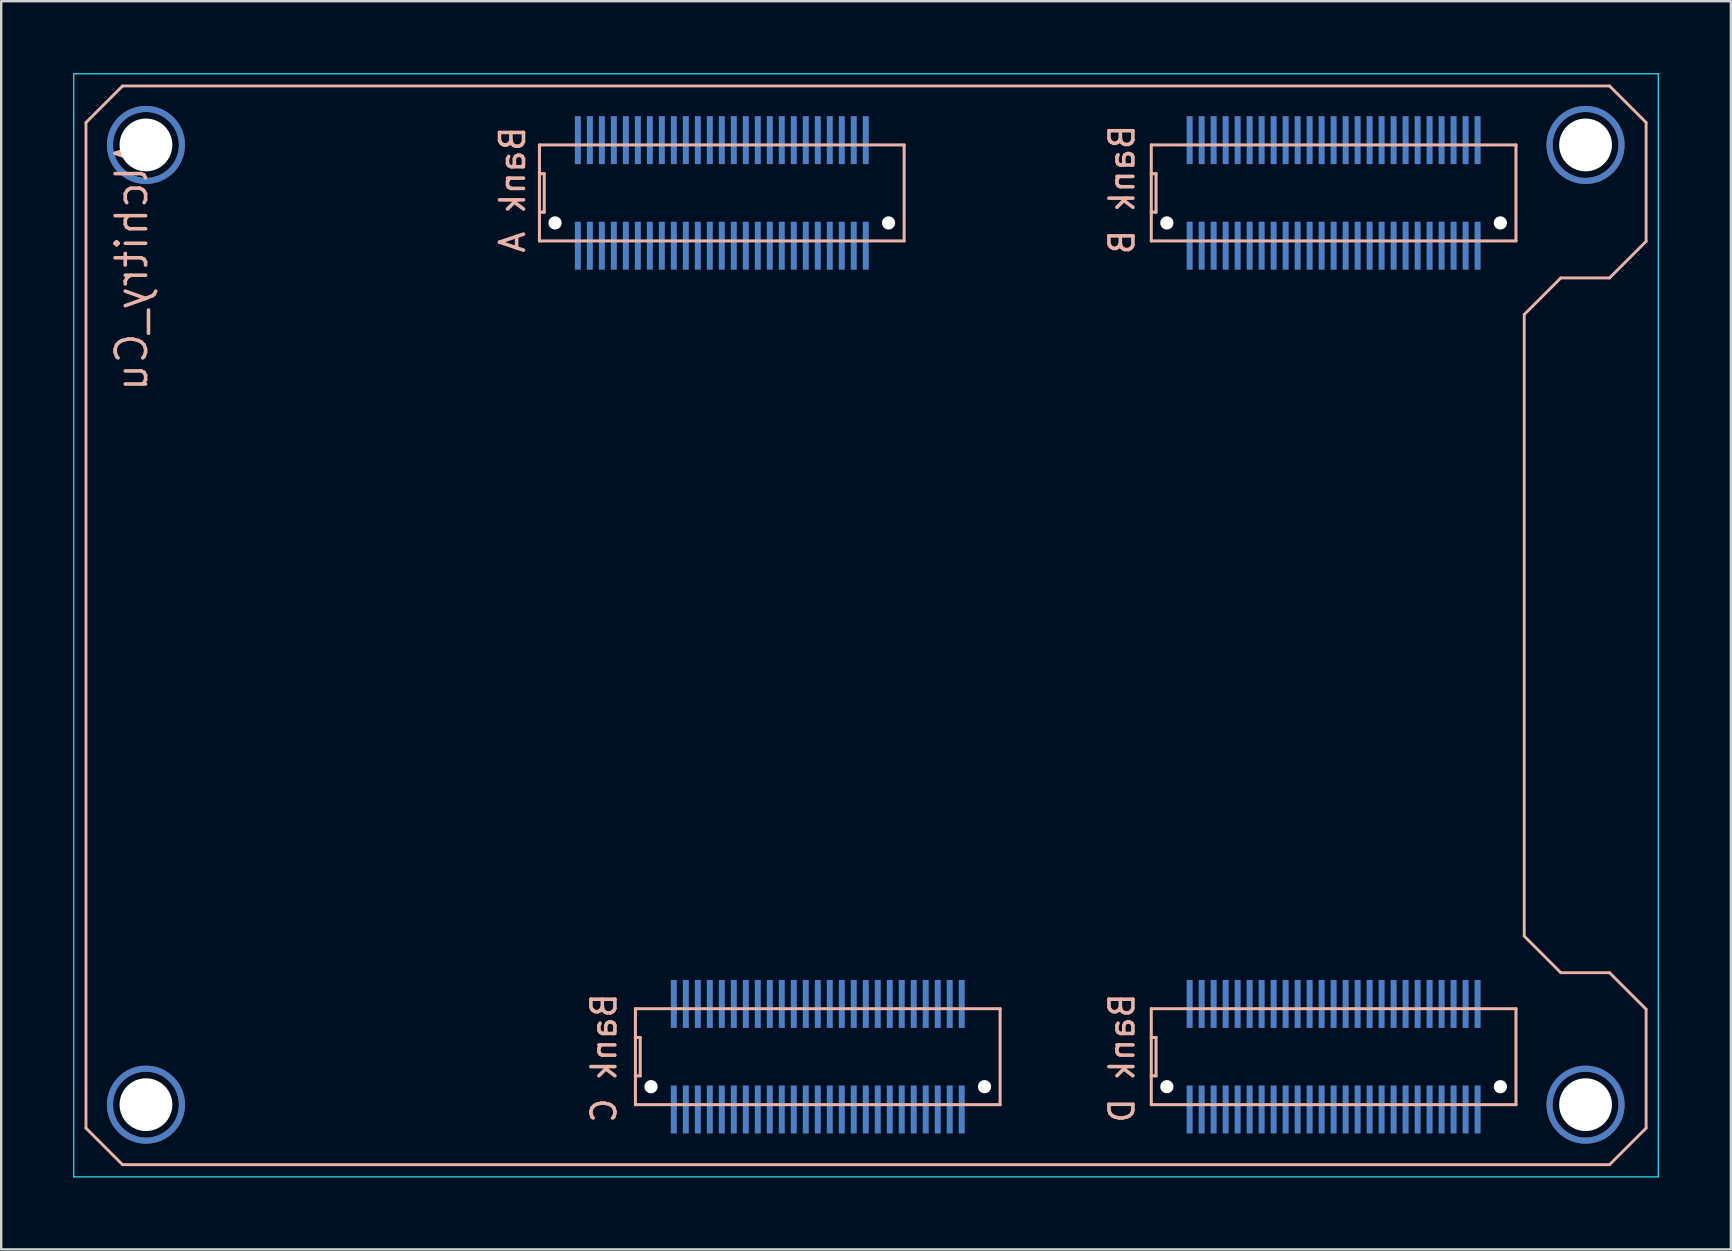
<source format=kicad_pcb>
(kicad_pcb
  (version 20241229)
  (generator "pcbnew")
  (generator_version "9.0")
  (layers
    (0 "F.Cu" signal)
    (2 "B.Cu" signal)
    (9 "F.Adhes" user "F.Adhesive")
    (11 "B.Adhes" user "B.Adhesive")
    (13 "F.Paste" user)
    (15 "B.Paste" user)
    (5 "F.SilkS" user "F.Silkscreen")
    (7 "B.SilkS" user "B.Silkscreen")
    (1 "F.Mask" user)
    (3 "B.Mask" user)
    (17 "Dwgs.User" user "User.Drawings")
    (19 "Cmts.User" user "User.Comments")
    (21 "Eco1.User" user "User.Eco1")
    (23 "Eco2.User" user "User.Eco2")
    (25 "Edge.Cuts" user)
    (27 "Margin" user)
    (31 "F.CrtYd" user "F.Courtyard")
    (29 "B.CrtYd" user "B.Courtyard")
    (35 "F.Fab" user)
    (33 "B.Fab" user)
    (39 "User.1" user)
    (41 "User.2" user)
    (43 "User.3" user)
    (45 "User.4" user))
  (footprint "Alchitry_Cu"
    (layer "F.Cu")
    (at 0.533 45.491)
    (property "Reference" "Alchitry_Cu" (at 1.905 -37.465 270) (layer "B.SilkS") (effects (font (size 1.27 1.27) (thickness 0.15)) (justify mirror)))
    (attr through_hole)
    (fp_circle (center 2.5 -42.5) (end 4 -42.5) (stroke (width 0.254) (type solid)) (fill no) (layer "F.Cu"))
    (fp_circle (center 2.5 -2.5) (end 4 -2.5) (stroke (width 0.254) (type solid)) (fill no) (layer "F.Cu"))
    (fp_circle (center 62.5 -42.5) (end 64 -42.5) (stroke (width 0.254) (type solid)) (fill no) (layer "F.Cu"))
    (fp_circle (center 62.5 -2.5) (end 64 -2.5) (stroke (width 0.254) (type solid)) (fill no) (layer "F.Cu"))
    (fp_circle (center 2.5 -42.5) (end 4 -42.5) (stroke (width 0.254) (type solid)) (fill no) (layer "F.Mask"))
    (fp_circle (center 2.5 -2.5) (end 4 -2.5) (stroke (width 0.254) (type solid)) (fill no) (layer "F.Mask"))
    (fp_circle (center 62.5 -42.5) (end 64 -42.5) (stroke (width 0.254) (type solid)) (fill no) (layer "F.Mask"))
    (fp_circle (center 62.5 -2.5) (end 64 -2.5) (stroke (width 0.254) (type solid)) (fill no) (layer "F.Mask"))
    (fp_circle (center 2.5 -42.5) (end 4 -42.5) (stroke (width 0.254) (type solid)) (fill no) (layer "B.Cu"))
    (fp_circle (center 2.5 -2.5) (end 4 -2.5) (stroke (width 0.254) (type solid)) (fill no) (layer "B.Cu"))
    (fp_circle (center 62.5 -42.5) (end 64 -42.5) (stroke (width 0.254) (type solid)) (fill no) (layer "B.Cu"))
    (fp_circle (center 62.5 -2.5) (end 64 -2.5) (stroke (width 0.254) (type solid)) (fill no) (layer "B.Cu"))
    (fp_circle (center 2.5 -42.5) (end 4 -42.5) (stroke (width 0.254) (type solid)) (fill no) (layer "B.Mask"))
    (fp_circle (center 2.5 -2.5) (end 4 -2.5) (stroke (width 0.254) (type solid)) (fill no) (layer "B.Mask"))
    (fp_circle (center 62.5 -42.5) (end 64 -42.5) (stroke (width 0.254) (type solid)) (fill no) (layer "B.Mask"))
    (fp_circle (center 62.5 -2.5) (end 64 -2.5) (stroke (width 0.254) (type solid)) (fill no) (layer "B.Mask"))
    (fp_line (start 0 -43.434) (end 1.524 -44.958) (stroke (width 0.12) (type solid)) (layer "B.SilkS"))
    (fp_line (start 0 -1.524) (end 0 -43.434) (stroke (width 0.12) (type solid)) (layer "B.SilkS"))
    (fp_line (start 1.524 -44.958) (end 63.5 -44.958) (stroke (width 0.12) (type solid)) (layer "B.SilkS"))
    (fp_line (start 1.524 0) (end 0 -1.524) (stroke (width 0.12) (type solid)) (layer "B.SilkS"))
    (fp_line (start 18.9 -42.5) (end 18.9 -41.3) (stroke (width 0.127) (type solid)) (layer "B.SilkS"))
    (fp_line (start 18.9 -41.3) (end 18.9 -39.7) (stroke (width 0.127) (type solid)) (layer "B.SilkS"))
    (fp_line (start 18.9 -41.3) (end 19.1 -41.3) (stroke (width 0.127) (type solid)) (layer "B.SilkS"))
    (fp_line (start 18.9 -39.7) (end 18.9 -38.5) (stroke (width 0.127) (type solid)) (layer "B.SilkS"))
    (fp_line (start 18.9 -38.5) (end 34.1 -38.5) (stroke (width 0.127) (type solid)) (layer "B.SilkS"))
    (fp_line (start 19.1 -41.3) (end 19.1 -39.7) (stroke (width 0.127) (type solid)) (layer "B.SilkS"))
    (fp_line (start 19.1 -39.7) (end 18.9 -39.7) (stroke (width 0.127) (type solid)) (layer "B.SilkS"))
    (fp_line (start 22.9 -6.5) (end 22.9 -5.3) (stroke (width 0.127) (type solid)) (layer "B.SilkS"))
    (fp_line (start 22.9 -5.3) (end 22.9 -3.7) (stroke (width 0.127) (type solid)) (layer "B.SilkS"))
    (fp_line (start 22.9 -5.3) (end 23.1 -5.3) (stroke (width 0.127) (type solid)) (layer "B.SilkS"))
    (fp_line (start 22.9 -3.7) (end 22.9 -2.5) (stroke (width 0.127) (type solid)) (layer "B.SilkS"))
    (fp_line (start 22.9 -2.5) (end 38.1 -2.5) (stroke (width 0.127) (type solid)) (layer "B.SilkS"))
    (fp_line (start 23.1 -5.3) (end 23.1 -3.7) (stroke (width 0.127) (type solid)) (layer "B.SilkS"))
    (fp_line (start 23.1 -3.7) (end 22.9 -3.7) (stroke (width 0.127) (type solid)) (layer "B.SilkS"))
    (fp_line (start 34.1 -42.5) (end 18.9 -42.5) (stroke (width 0.127) (type solid)) (layer "B.SilkS"))
    (fp_line (start 34.1 -38.5) (end 34.1 -42.5) (stroke (width 0.127) (type solid)) (layer "B.SilkS"))
    (fp_line (start 38.1 -6.5) (end 22.9 -6.5) (stroke (width 0.127) (type solid)) (layer "B.SilkS"))
    (fp_line (start 38.1 -2.5) (end 38.1 -6.5) (stroke (width 0.127) (type solid)) (layer "B.SilkS"))
    (fp_line (start 44.4 -42.5) (end 44.4 -41.3) (stroke (width 0.127) (type solid)) (layer "B.SilkS"))
    (fp_line (start 44.4 -41.3) (end 44.4 -39.7) (stroke (width 0.127) (type solid)) (layer "B.SilkS"))
    (fp_line (start 44.4 -41.3) (end 44.6 -41.3) (stroke (width 0.127) (type solid)) (layer "B.SilkS"))
    (fp_line (start 44.4 -39.7) (end 44.4 -38.5) (stroke (width 0.127) (type solid)) (layer "B.SilkS"))
    (fp_line (start 44.4 -38.5) (end 59.6 -38.5) (stroke (width 0.127) (type solid)) (layer "B.SilkS"))
    (fp_line (start 44.4 -6.5) (end 44.4 -5.3) (stroke (width 0.127) (type solid)) (layer "B.SilkS"))
    (fp_line (start 44.4 -5.3) (end 44.4 -3.7) (stroke (width 0.127) (type solid)) (layer "B.SilkS"))
    (fp_line (start 44.4 -5.3) (end 44.6 -5.3) (stroke (width 0.127) (type solid)) (layer "B.SilkS"))
    (fp_line (start 44.4 -3.7) (end 44.4 -2.5) (stroke (width 0.127) (type solid)) (layer "B.SilkS"))
    (fp_line (start 44.4 -2.5) (end 59.6 -2.5) (stroke (width 0.127) (type solid)) (layer "B.SilkS"))
    (fp_line (start 44.6 -41.3) (end 44.6 -39.7) (stroke (width 0.127) (type solid)) (layer "B.SilkS"))
    (fp_line (start 44.6 -39.7) (end 44.4 -39.7) (stroke (width 0.127) (type solid)) (layer "B.SilkS"))
    (fp_line (start 44.6 -5.3) (end 44.6 -3.7) (stroke (width 0.127) (type solid)) (layer "B.SilkS"))
    (fp_line (start 44.6 -3.7) (end 44.4 -3.7) (stroke (width 0.127) (type solid)) (layer "B.SilkS"))
    (fp_line (start 59.6 -42.5) (end 44.4 -42.5) (stroke (width 0.127) (type solid)) (layer "B.SilkS"))
    (fp_line (start 59.6 -38.5) (end 59.6 -42.5) (stroke (width 0.127) (type solid)) (layer "B.SilkS"))
    (fp_line (start 59.6 -6.5) (end 44.4 -6.5) (stroke (width 0.127) (type solid)) (layer "B.SilkS"))
    (fp_line (start 59.6 -2.5) (end 59.6 -6.5) (stroke (width 0.127) (type solid)) (layer "B.SilkS"))
    (fp_line (start 59.944 -35.433) (end 59.944 -9.525) (stroke (width 0.12) (type solid)) (layer "B.SilkS"))
    (fp_line (start 59.944 -9.525) (end 61.468 -8.001) (stroke (width 0.12) (type solid)) (layer "B.SilkS"))
    (fp_line (start 61.468 -36.957) (end 59.944 -35.433) (stroke (width 0.12) (type solid)) (layer "B.SilkS"))
    (fp_line (start 61.468 -8.001) (end 63.5 -8.001) (stroke (width 0.12) (type solid)) (layer "B.SilkS"))
    (fp_line (start 63.5 -44.958) (end 65.024 -43.434) (stroke (width 0.12) (type solid)) (layer "B.SilkS"))
    (fp_line (start 63.5 -36.957) (end 61.468 -36.957) (stroke (width 0.12) (type solid)) (layer "B.SilkS"))
    (fp_line (start 63.5 -8.001) (end 65.024 -6.477) (stroke (width 0.12) (type solid)) (layer "B.SilkS"))
    (fp_line (start 63.5 0) (end 1.524 0) (stroke (width 0.12) (type solid)) (layer "B.SilkS"))
    (fp_line (start 65.024 -43.434) (end 65.024 -38.481) (stroke (width 0.12) (type solid)) (layer "B.SilkS"))
    (fp_line (start 65.024 -38.481) (end 63.5 -36.957) (stroke (width 0.12) (type solid)) (layer "B.SilkS"))
    (fp_line (start 65.024 -6.477) (end 65.024 -1.524) (stroke (width 0.12) (type solid)) (layer "B.SilkS"))
    (fp_line (start 65.024 -1.524) (end 63.5 0) (stroke (width 0.12) (type solid)) (layer "B.SilkS"))
    (fp_line (start -0.508 -45.466) (end -0.508 0.508) (stroke (width 0.05) (type solid)) (layer "B.CrtYd"))
    (fp_line (start -0.508 0.508) (end 65.532 0.508) (stroke (width 0.05) (type solid)) (layer "B.CrtYd"))
    (fp_line (start 65.532 -45.466) (end -0.508 -45.466) (stroke (width 0.05) (type solid)) (layer "B.CrtYd"))
    (fp_line (start 65.532 0.508) (end 65.532 -45.466) (stroke (width 0.05) (type solid)) (layer "B.CrtYd"))
    (fp_text user "Bank D" (at 43.18 -4.445 90) (unlocked yes) (layer "B.SilkS") (effects (font (size 1 1) (thickness 0.15)) (justify mirror)))
    (fp_text user "Bank C" (at 21.59 -4.445 90) (unlocked yes) (layer "B.SilkS") (effects (font (size 1 1) (thickness 0.15)) (justify mirror)))
    (fp_text user "Bank B" (at 43.18 -40.64 90) (unlocked yes) (layer "B.SilkS") (effects (font (size 1 1) (thickness 0.15)) (justify mirror)))
    (fp_text user "Bank A" (at 17.78 -40.64 90) (unlocked yes) (layer "B.SilkS") (effects (font (size 1 1) (thickness 0.15)) (justify mirror)))
    (pad "" np_thru_hole circle (at 2.5 -42.5) (size 2.2 2.2) (drill 2.2) (layers "*.Cu" "*.Mask"))
    (pad "" np_thru_hole circle (at 2.5 -2.5) (size 2.2 2.2) (drill 2.2) (layers "*.Cu" "*.Mask"))
    (pad "" np_thru_hole circle (at 19.55 -39.25) (size 0.55 0.55) (drill 0.55) (layers "*.Cu" "*.Mask"))
    (pad "" np_thru_hole circle (at 23.55 -3.25) (size 0.55 0.55) (drill 0.55) (layers "*.Cu" "*.Mask"))
    (pad "" np_thru_hole circle (at 33.45 -39.25) (size 0.55 0.55) (drill 0.55) (layers "*.Cu" "*.Mask"))
    (pad "" np_thru_hole circle (at 37.45 -3.25) (size 0.55 0.55) (drill 0.55) (layers "*.Cu" "*.Mask"))
    (pad "" np_thru_hole circle (at 45.05 -39.25) (size 0.55 0.55) (drill 0.55) (layers "*.Cu" "*.Mask"))
    (pad "" np_thru_hole circle (at 45.05 -3.25) (size 0.55 0.55) (drill 0.55) (layers "*.Cu" "*.Mask"))
    (pad "" np_thru_hole circle (at 58.95 -39.25) (size 0.55 0.55) (drill 0.55) (layers "*.Cu" "*.Mask"))
    (pad "" np_thru_hole circle (at 58.95 -3.25) (size 0.55 0.55) (drill 0.55) (layers "*.Cu" "*.Mask"))
    (pad "" np_thru_hole circle (at 62.5 -42.5) (size 2.2 2.2) (drill 2.2) (layers "*.Cu" "*.Mask"))
    (pad "" np_thru_hole circle (at 62.5 -2.5) (size 2.2 2.2) (drill 2.2) (layers "*.Cu" "*.Mask"))
    (pad "A1" smd rect (at 20.5 -38.3 90) (size 2 0.25) (layers "B.Cu" "B.Mask" "B.Paste"))
    (pad "A2" smd rect (at 21 -38.3 90) (size 2 0.25) (layers "B.Cu" "B.Mask" "B.Paste"))
    (pad "A3" smd rect (at 21.5 -38.3 90) (size 2 0.25) (layers "B.Cu" "B.Mask" "B.Paste"))
    (pad "A4" smd rect (at 22 -38.3 90) (size 2 0.25) (layers "B.Cu" "B.Mask" "B.Paste"))
    (pad "A5" smd rect (at 22.5 -38.3 90) (size 2 0.25) (layers "B.Cu" "B.Mask" "B.Paste"))
    (pad "A6" smd rect (at 23 -38.3 90) (size 2 0.25) (layers "B.Cu" "B.Mask" "B.Paste"))
    (pad "A7" smd rect (at 23.5 -38.3 90) (size 2 0.25) (layers "B.Cu" "B.Mask" "B.Paste"))
    (pad "A8" smd rect (at 24 -38.3 90) (size 2 0.25) (layers "B.Cu" "B.Mask" "B.Paste"))
    (pad "A9" smd rect (at 24.5 -38.3 90) (size 2 0.25) (layers "B.Cu" "B.Mask" "B.Paste"))
    (pad "A10" smd rect (at 25 -38.3 90) (size 2 0.25) (layers "B.Cu" "B.Mask" "B.Paste"))
    (pad "A11" smd rect (at 25.5 -38.3 90) (size 2 0.25) (layers "B.Cu" "B.Mask" "B.Paste"))
    (pad "A12" smd rect (at 26 -38.3 90) (size 2 0.25) (layers "B.Cu" "B.Mask" "B.Paste"))
    (pad "A13" smd rect (at 26.5 -38.3 90) (size 2 0.25) (layers "B.Cu" "B.Mask" "B.Paste"))
    (pad "A14" smd rect (at 27 -38.3 90) (size 2 0.25) (layers "B.Cu" "B.Mask" "B.Paste"))
    (pad "A15" smd rect (at 27.5 -38.3 90) (size 2 0.25) (layers "B.Cu" "B.Mask" "B.Paste"))
    (pad "A16" smd rect (at 28 -38.3 90) (size 2 0.25) (layers "B.Cu" "B.Mask" "B.Paste"))
    (pad "A17" smd rect (at 28.5 -38.3 90) (size 2 0.25) (layers "B.Cu" "B.Mask" "B.Paste"))
    (pad "A18" smd rect (at 29 -38.3 90) (size 2 0.25) (layers "B.Cu" "B.Mask" "B.Paste"))
    (pad "A19" smd rect (at 29.5 -38.3 90) (size 2 0.25) (layers "B.Cu" "B.Mask" "B.Paste"))
    (pad "A20" smd rect (at 30 -38.3 90) (size 2 0.25) (layers "B.Cu" "B.Mask" "B.Paste"))
    (pad "A21" smd rect (at 30.5 -38.3 90) (size 2 0.25) (layers "B.Cu" "B.Mask" "B.Paste"))
    (pad "A22" smd rect (at 31 -38.3 90) (size 2 0.25) (layers "B.Cu" "B.Mask" "B.Paste"))
    (pad "A23" smd rect (at 31.5 -38.3 90) (size 2 0.25) (layers "B.Cu" "B.Mask" "B.Paste"))
    (pad "A24" smd rect (at 32 -38.3 90) (size 2 0.25) (layers "B.Cu" "B.Mask" "B.Paste"))
    (pad "A25" smd rect (at 32.5 -38.3 90) (size 2 0.25) (layers "B.Cu" "B.Mask" "B.Paste"))
    (pad "A26" smd rect (at 32.5 -42.7 90) (size 2 0.25) (layers "B.Cu" "B.Mask" "B.Paste"))
    (pad "A27" smd rect (at 32 -42.7 90) (size 2 0.25) (layers "B.Cu" "B.Mask" "B.Paste"))
    (pad "A28" smd rect (at 31.5 -42.7 90) (size 2 0.25) (layers "B.Cu" "B.Mask" "B.Paste"))
    (pad "A29" smd rect (at 31 -42.7 90) (size 2 0.25) (layers "B.Cu" "B.Mask" "B.Paste"))
    (pad "A30" smd rect (at 30.5 -42.7 90) (size 2 0.25) (layers "B.Cu" "B.Mask" "B.Paste"))
    (pad "A31" smd rect (at 30 -42.7 90) (size 2 0.25) (layers "B.Cu" "B.Mask" "B.Paste"))
    (pad "A32" smd rect (at 29.5 -42.7 90) (size 2 0.25) (layers "B.Cu" "B.Mask" "B.Paste"))
    (pad "A33" smd rect (at 29 -42.7 90) (size 2 0.25) (layers "B.Cu" "B.Mask" "B.Paste"))
    (pad "A34" smd rect (at 28.5 -42.7 90) (size 2 0.25) (layers "B.Cu" "B.Mask" "B.Paste"))
    (pad "A35" smd rect (at 28 -42.7 90) (size 2 0.25) (layers "B.Cu" "B.Mask" "B.Paste"))
    (pad "A36" smd rect (at 27.5 -42.7 90) (size 2 0.25) (layers "B.Cu" "B.Mask" "B.Paste"))
    (pad "A37" smd rect (at 27 -42.7 90) (size 2 0.25) (layers "B.Cu" "B.Mask" "B.Paste"))
    (pad "A38" smd rect (at 26.5 -42.7 90) (size 2 0.25) (layers "B.Cu" "B.Mask" "B.Paste"))
    (pad "A39" smd rect (at 26 -42.7 90) (size 2 0.25) (layers "B.Cu" "B.Mask" "B.Paste"))
    (pad "A40" smd rect (at 25.5 -42.7 90) (size 2 0.25) (layers "B.Cu" "B.Mask" "B.Paste"))
    (pad "A41" smd rect (at 25 -42.7 90) (size 2 0.25) (layers "B.Cu" "B.Mask" "B.Paste"))
    (pad "A42" smd rect (at 24.5 -42.7 90) (size 2 0.25) (layers "B.Cu" "B.Mask" "B.Paste"))
    (pad "A43" smd rect (at 24 -42.7 90) (size 2 0.25) (layers "B.Cu" "B.Mask" "B.Paste"))
    (pad "A44" smd rect (at 23.5 -42.7 90) (size 2 0.25) (layers "B.Cu" "B.Mask" "B.Paste"))
    (pad "A45" smd rect (at 23 -42.7 90) (size 2 0.25) (layers "B.Cu" "B.Mask" "B.Paste"))
    (pad "A46" smd rect (at 22.5 -42.7 90) (size 2 0.25) (layers "B.Cu" "B.Mask" "B.Paste"))
    (pad "A47" smd rect (at 22 -42.7 90) (size 2 0.25) (layers "B.Cu" "B.Mask" "B.Paste"))
    (pad "A48" smd rect (at 21.5 -42.7 90) (size 2 0.25) (layers "B.Cu" "B.Mask" "B.Paste"))
    (pad "A49" smd rect (at 21 -42.7 90) (size 2 0.25) (layers "B.Cu" "B.Mask" "B.Paste"))
    (pad "A50" smd rect (at 20.5 -42.7 90) (size 2 0.25) (layers "B.Cu" "B.Mask" "B.Paste"))
    (pad "B1" smd rect (at 46 -38.3 90) (size 2 0.25) (layers "B.Cu" "B.Mask" "B.Paste"))
    (pad "B2" smd rect (at 46.5 -38.3 90) (size 2 0.25) (layers "B.Cu" "B.Mask" "B.Paste"))
    (pad "B3" smd rect (at 47 -38.3 90) (size 2 0.25) (layers "B.Cu" "B.Mask" "B.Paste"))
    (pad "B4" smd rect (at 47.5 -38.3 90) (size 2 0.25) (layers "B.Cu" "B.Mask" "B.Paste"))
    (pad "B5" smd rect (at 48 -38.3 90) (size 2 0.25) (layers "B.Cu" "B.Mask" "B.Paste"))
    (pad "B6" smd rect (at 48.5 -38.3 90) (size 2 0.25) (layers "B.Cu" "B.Mask" "B.Paste"))
    (pad "B7" smd rect (at 49 -38.3 90) (size 2 0.25) (layers "B.Cu" "B.Mask" "B.Paste"))
    (pad "B8" smd rect (at 49.5 -38.3 90) (size 2 0.25) (layers "B.Cu" "B.Mask" "B.Paste"))
    (pad "B9" smd rect (at 50 -38.3 90) (size 2 0.25) (layers "B.Cu" "B.Mask" "B.Paste"))
    (pad "B10" smd rect (at 50.5 -38.3 90) (size 2 0.25) (layers "B.Cu" "B.Mask" "B.Paste"))
    (pad "B11" smd rect (at 51 -38.3 90) (size 2 0.25) (layers "B.Cu" "B.Mask" "B.Paste"))
    (pad "B12" smd rect (at 51.5 -38.3 90) (size 2 0.25) (layers "B.Cu" "B.Mask" "B.Paste"))
    (pad "B13" smd rect (at 52 -38.3 90) (size 2 0.25) (layers "B.Cu" "B.Mask" "B.Paste"))
    (pad "B14" smd rect (at 52.5 -38.3 90) (size 2 0.25) (layers "B.Cu" "B.Mask" "B.Paste"))
    (pad "B15" smd rect (at 53 -38.3 90) (size 2 0.25) (layers "B.Cu" "B.Mask" "B.Paste"))
    (pad "B16" smd rect (at 53.5 -38.3 90) (size 2 0.25) (layers "B.Cu" "B.Mask" "B.Paste"))
    (pad "B17" smd rect (at 54 -38.3 90) (size 2 0.25) (layers "B.Cu" "B.Mask" "B.Paste"))
    (pad "B18" smd rect (at 54.5 -38.3 90) (size 2 0.25) (layers "B.Cu" "B.Mask" "B.Paste"))
    (pad "B19" smd rect (at 55 -38.3 90) (size 2 0.25) (layers "B.Cu" "B.Mask" "B.Paste"))
    (pad "B20" smd rect (at 55.5 -38.3 90) (size 2 0.25) (layers "B.Cu" "B.Mask" "B.Paste"))
    (pad "B21" smd rect (at 56 -38.3 90) (size 2 0.25) (layers "B.Cu" "B.Mask" "B.Paste"))
    (pad "B22" smd rect (at 56.5 -38.3 90) (size 2 0.25) (layers "B.Cu" "B.Mask" "B.Paste"))
    (pad "B23" smd rect (at 57 -38.3 90) (size 2 0.25) (layers "B.Cu" "B.Mask" "B.Paste"))
    (pad "B24" smd rect (at 57.5 -38.3 90) (size 2 0.25) (layers "B.Cu" "B.Mask" "B.Paste"))
    (pad "B25" smd rect (at 58 -38.3 90) (size 2 0.25) (layers "B.Cu" "B.Mask" "B.Paste"))
    (pad "B26" smd rect (at 58 -42.7 90) (size 2 0.25) (layers "B.Cu" "B.Mask" "B.Paste"))
    (pad "B27" smd rect (at 57.5 -42.7 90) (size 2 0.25) (layers "B.Cu" "B.Mask" "B.Paste"))
    (pad "B28" smd rect (at 57 -42.7 90) (size 2 0.25) (layers "B.Cu" "B.Mask" "B.Paste"))
    (pad "B29" smd rect (at 56.5 -42.7 90) (size 2 0.25) (layers "B.Cu" "B.Mask" "B.Paste"))
    (pad "B30" smd rect (at 56 -42.7 90) (size 2 0.25) (layers "B.Cu" "B.Mask" "B.Paste"))
    (pad "B31" smd rect (at 55.5 -42.7 90) (size 2 0.25) (layers "B.Cu" "B.Mask" "B.Paste"))
    (pad "B32" smd rect (at 55 -42.7 90) (size 2 0.25) (layers "B.Cu" "B.Mask" "B.Paste"))
    (pad "B33" smd rect (at 54.5 -42.7 90) (size 2 0.25) (layers "B.Cu" "B.Mask" "B.Paste"))
    (pad "B34" smd rect (at 54 -42.7 90) (size 2 0.25) (layers "B.Cu" "B.Mask" "B.Paste"))
    (pad "B35" smd rect (at 53.5 -42.7 90) (size 2 0.25) (layers "B.Cu" "B.Mask" "B.Paste"))
    (pad "B36" smd rect (at 53 -42.7 90) (size 2 0.25) (layers "B.Cu" "B.Mask" "B.Paste"))
    (pad "B37" smd rect (at 52.5 -42.7 90) (size 2 0.25) (layers "B.Cu" "B.Mask" "B.Paste"))
    (pad "B38" smd rect (at 52 -42.7 90) (size 2 0.25) (layers "B.Cu" "B.Mask" "B.Paste"))
    (pad "B39" smd rect (at 51.5 -42.7 90) (size 2 0.25) (layers "B.Cu" "B.Mask" "B.Paste"))
    (pad "B40" smd rect (at 51 -42.7 90) (size 2 0.25) (layers "B.Cu" "B.Mask" "B.Paste"))
    (pad "B41" smd rect (at 50.5 -42.7 90) (size 2 0.25) (layers "B.Cu" "B.Mask" "B.Paste"))
    (pad "B42" smd rect (at 50 -42.7 90) (size 2 0.25) (layers "B.Cu" "B.Mask" "B.Paste"))
    (pad "B43" smd rect (at 49.5 -42.7 90) (size 2 0.25) (layers "B.Cu" "B.Mask" "B.Paste"))
    (pad "B44" smd rect (at 49 -42.7 90) (size 2 0.25) (layers "B.Cu" "B.Mask" "B.Paste"))
    (pad "B45" smd rect (at 48.5 -42.7 90) (size 2 0.25) (layers "B.Cu" "B.Mask" "B.Paste"))
    (pad "B46" smd rect (at 48 -42.7 90) (size 2 0.25) (layers "B.Cu" "B.Mask" "B.Paste"))
    (pad "B47" smd rect (at 47.5 -42.7 90) (size 2 0.25) (layers "B.Cu" "B.Mask" "B.Paste"))
    (pad "B48" smd rect (at 47 -42.7 90) (size 2 0.25) (layers "B.Cu" "B.Mask" "B.Paste"))
    (pad "B49" smd rect (at 46.5 -42.7 90) (size 2 0.25) (layers "B.Cu" "B.Mask" "B.Paste"))
    (pad "B50" smd rect (at 46 -42.7 90) (size 2 0.25) (layers "B.Cu" "B.Mask" "B.Paste"))
    (pad "C1" smd rect (at 24.5 -2.3 90) (size 2 0.25) (layers "B.Cu" "B.Mask" "B.Paste"))
    (pad "C2" smd rect (at 25 -2.3 90) (size 2 0.25) (layers "B.Cu" "B.Mask" "B.Paste"))
    (pad "C3" smd rect (at 25.5 -2.3 90) (size 2 0.25) (layers "B.Cu" "B.Mask" "B.Paste"))
    (pad "C4" smd rect (at 26 -2.3 90) (size 2 0.25) (layers "B.Cu" "B.Mask" "B.Paste"))
    (pad "C5" smd rect (at 26.5 -2.3 90) (size 2 0.25) (layers "B.Cu" "B.Mask" "B.Paste"))
    (pad "C6" smd rect (at 27 -2.3 90) (size 2 0.25) (layers "B.Cu" "B.Mask" "B.Paste"))
    (pad "C7" smd rect (at 27.5 -2.3 90) (size 2 0.25) (layers "B.Cu" "B.Mask" "B.Paste"))
    (pad "C8" smd rect (at 28 -2.3 90) (size 2 0.25) (layers "B.Cu" "B.Mask" "B.Paste"))
    (pad "C9" smd rect (at 28.5 -2.3 90) (size 2 0.25) (layers "B.Cu" "B.Mask" "B.Paste"))
    (pad "C10" smd rect (at 29 -2.3 90) (size 2 0.25) (layers "B.Cu" "B.Mask" "B.Paste"))
    (pad "C11" smd rect (at 29.5 -2.3 90) (size 2 0.25) (layers "B.Cu" "B.Mask" "B.Paste"))
    (pad "C12" smd rect (at 30 -2.3 90) (size 2 0.25) (layers "B.Cu" "B.Mask" "B.Paste"))
    (pad "C13" smd rect (at 30.5 -2.3 90) (size 2 0.25) (layers "B.Cu" "B.Mask" "B.Paste"))
    (pad "C14" smd rect (at 31 -2.3 90) (size 2 0.25) (layers "B.Cu" "B.Mask" "B.Paste"))
    (pad "C15" smd rect (at 31.5 -2.3 90) (size 2 0.25) (layers "B.Cu" "B.Mask" "B.Paste"))
    (pad "C16" smd rect (at 32 -2.3 90) (size 2 0.25) (layers "B.Cu" "B.Mask" "B.Paste"))
    (pad "C17" smd rect (at 32.5 -2.3 90) (size 2 0.25) (layers "B.Cu" "B.Mask" "B.Paste"))
    (pad "C18" smd rect (at 33 -2.3 90) (size 2 0.25) (layers "B.Cu" "B.Mask" "B.Paste"))
    (pad "C19" smd rect (at 33.5 -2.3 90) (size 2 0.25) (layers "B.Cu" "B.Mask" "B.Paste"))
    (pad "C20" smd rect (at 34 -2.3 90) (size 2 0.25) (layers "B.Cu" "B.Mask" "B.Paste"))
    (pad "C21" smd rect (at 34.5 -2.3 90) (size 2 0.25) (layers "B.Cu" "B.Mask" "B.Paste"))
    (pad "C22" smd rect (at 35 -2.3 90) (size 2 0.25) (layers "B.Cu" "B.Mask" "B.Paste"))
    (pad "C23" smd rect (at 35.5 -2.3 90) (size 2 0.25) (layers "B.Cu" "B.Mask" "B.Paste"))
    (pad "C24" smd rect (at 36 -2.3 90) (size 2 0.25) (layers "B.Cu" "B.Mask" "B.Paste"))
    (pad "C25" smd rect (at 36.5 -2.3 90) (size 2 0.25) (layers "B.Cu" "B.Mask" "B.Paste"))
    (pad "C26" smd rect (at 36.5 -6.7 90) (size 2 0.25) (layers "B.Cu" "B.Mask" "B.Paste"))
    (pad "C27" smd rect (at 36 -6.7 90) (size 2 0.25) (layers "B.Cu" "B.Mask" "B.Paste"))
    (pad "C28" smd rect (at 35.5 -6.7 90) (size 2 0.25) (layers "B.Cu" "B.Mask" "B.Paste"))
    (pad "C29" smd rect (at 35 -6.7 90) (size 2 0.25) (layers "B.Cu" "B.Mask" "B.Paste"))
    (pad "C30" smd rect (at 34.5 -6.7 90) (size 2 0.25) (layers "B.Cu" "B.Mask" "B.Paste"))
    (pad "C31" smd rect (at 34 -6.7 90) (size 2 0.25) (layers "B.Cu" "B.Mask" "B.Paste"))
    (pad "C32" smd rect (at 33.5 -6.7 90) (size 2 0.25) (layers "B.Cu" "B.Mask" "B.Paste"))
    (pad "C33" smd rect (at 33 -6.7 90) (size 2 0.25) (layers "B.Cu" "B.Mask" "B.Paste"))
    (pad "C34" smd rect (at 32.5 -6.7 90) (size 2 0.25) (layers "B.Cu" "B.Mask" "B.Paste"))
    (pad "C35" smd rect (at 32 -6.7 90) (size 2 0.25) (layers "B.Cu" "B.Mask" "B.Paste"))
    (pad "C36" smd rect (at 31.5 -6.7 90) (size 2 0.25) (layers "B.Cu" "B.Mask" "B.Paste"))
    (pad "C37" smd rect (at 31 -6.7 90) (size 2 0.25) (layers "B.Cu" "B.Mask" "B.Paste"))
    (pad "C38" smd rect (at 30.5 -6.7 90) (size 2 0.25) (layers "B.Cu" "B.Mask" "B.Paste"))
    (pad "C39" smd rect (at 30 -6.7 90) (size 2 0.25) (layers "B.Cu" "B.Mask" "B.Paste"))
    (pad "C40" smd rect (at 29.5 -6.7 90) (size 2 0.25) (layers "B.Cu" "B.Mask" "B.Paste"))
    (pad "C41" smd rect (at 29 -6.7 90) (size 2 0.25) (layers "B.Cu" "B.Mask" "B.Paste"))
    (pad "C42" smd rect (at 28.5 -6.7 90) (size 2 0.25) (layers "B.Cu" "B.Mask" "B.Paste"))
    (pad "C43" smd rect (at 28 -6.7 90) (size 2 0.25) (layers "B.Cu" "B.Mask" "B.Paste"))
    (pad "C44" smd rect (at 27.5 -6.7 90) (size 2 0.25) (layers "B.Cu" "B.Mask" "B.Paste"))
    (pad "C45" smd rect (at 27 -6.7 90) (size 2 0.25) (layers "B.Cu" "B.Mask" "B.Paste"))
    (pad "C46" smd rect (at 26.5 -6.7 90) (size 2 0.25) (layers "B.Cu" "B.Mask" "B.Paste"))
    (pad "C47" smd rect (at 26 -6.7 90) (size 2 0.25) (layers "B.Cu" "B.Mask" "B.Paste"))
    (pad "C48" smd rect (at 25.5 -6.7 90) (size 2 0.25) (layers "B.Cu" "B.Mask" "B.Paste"))
    (pad "C49" smd rect (at 25 -6.7 90) (size 2 0.25) (layers "B.Cu" "B.Mask" "B.Paste"))
    (pad "C50" smd rect (at 24.5 -6.7 90) (size 2 0.25) (layers "B.Cu" "B.Mask" "B.Paste"))
    (pad "D1" smd rect (at 46 -2.3 90) (size 2 0.25) (layers "B.Cu" "B.Mask" "B.Paste"))
    (pad "D2" smd rect (at 46.5 -2.3 90) (size 2 0.25) (layers "B.Cu" "B.Mask" "B.Paste"))
    (pad "D3" smd rect (at 47 -2.3 90) (size 2 0.25) (layers "B.Cu" "B.Mask" "B.Paste"))
    (pad "D4" smd rect (at 47.5 -2.3 90) (size 2 0.25) (layers "B.Cu" "B.Mask" "B.Paste"))
    (pad "D5" smd rect (at 48 -2.3 90) (size 2 0.25) (layers "B.Cu" "B.Mask" "B.Paste"))
    (pad "D6" smd rect (at 48.5 -2.3 90) (size 2 0.25) (layers "B.Cu" "B.Mask" "B.Paste"))
    (pad "D7" smd rect (at 49 -2.3 90) (size 2 0.25) (layers "B.Cu" "B.Mask" "B.Paste"))
    (pad "D8" smd rect (at 49.5 -2.3 90) (size 2 0.25) (layers "B.Cu" "B.Mask" "B.Paste"))
    (pad "D9" smd rect (at 50 -2.3 90) (size 2 0.25) (layers "B.Cu" "B.Mask" "B.Paste"))
    (pad "D10" smd rect (at 50.5 -2.3 90) (size 2 0.25) (layers "B.Cu" "B.Mask" "B.Paste"))
    (pad "D11" smd rect (at 51 -2.3 90) (size 2 0.25) (layers "B.Cu" "B.Mask" "B.Paste"))
    (pad "D12" smd rect (at 51.5 -2.3 90) (size 2 0.25) (layers "B.Cu" "B.Mask" "B.Paste"))
    (pad "D13" smd rect (at 52 -2.3 90) (size 2 0.25) (layers "B.Cu" "B.Mask" "B.Paste"))
    (pad "D14" smd rect (at 52.5 -2.3 90) (size 2 0.25) (layers "B.Cu" "B.Mask" "B.Paste"))
    (pad "D15" smd rect (at 53 -2.3 90) (size 2 0.25) (layers "B.Cu" "B.Mask" "B.Paste"))
    (pad "D16" smd rect (at 53.5 -2.3 90) (size 2 0.25) (layers "B.Cu" "B.Mask" "B.Paste"))
    (pad "D17" smd rect (at 54 -2.3 90) (size 2 0.25) (layers "B.Cu" "B.Mask" "B.Paste"))
    (pad "D18" smd rect (at 54.5 -2.3 90) (size 2 0.25) (layers "B.Cu" "B.Mask" "B.Paste"))
    (pad "D19" smd rect (at 55 -2.3 90) (size 2 0.25) (layers "B.Cu" "B.Mask" "B.Paste"))
    (pad "D20" smd rect (at 55.5 -2.3 90) (size 2 0.25) (layers "B.Cu" "B.Mask" "B.Paste"))
    (pad "D21" smd rect (at 56 -2.3 90) (size 2 0.25) (layers "B.Cu" "B.Mask" "B.Paste"))
    (pad "D22" smd rect (at 56.5 -2.3 90) (size 2 0.25) (layers "B.Cu" "B.Mask" "B.Paste"))
    (pad "D23" smd rect (at 57 -2.3 90) (size 2 0.25) (layers "B.Cu" "B.Mask" "B.Paste"))
    (pad "D24" smd rect (at 57.5 -2.3 90) (size 2 0.25) (layers "B.Cu" "B.Mask" "B.Paste"))
    (pad "D25" smd rect (at 58 -2.3 90) (size 2 0.25) (layers "B.Cu" "B.Mask" "B.Paste"))
    (pad "D26" smd rect (at 58 -6.7 90) (size 2 0.25) (layers "B.Cu" "B.Mask" "B.Paste"))
    (pad "D27" smd rect (at 57.5 -6.7 90) (size 2 0.25) (layers "B.Cu" "B.Mask" "B.Paste"))
    (pad "D28" smd rect (at 57 -6.7 90) (size 2 0.25) (layers "B.Cu" "B.Mask" "B.Paste"))
    (pad "D29" smd rect (at 56.5 -6.7 90) (size 2 0.25) (layers "B.Cu" "B.Mask" "B.Paste"))
    (pad "D30" smd rect (at 56 -6.7 90) (size 2 0.25) (layers "B.Cu" "B.Mask" "B.Paste"))
    (pad "D31" smd rect (at 55.5 -6.7 90) (size 2 0.25) (layers "B.Cu" "B.Mask" "B.Paste"))
    (pad "D32" smd rect (at 55 -6.7 90) (size 2 0.25) (layers "B.Cu" "B.Mask" "B.Paste"))
    (pad "D33" smd rect (at 54.5 -6.7 90) (size 2 0.25) (layers "B.Cu" "B.Mask" "B.Paste"))
    (pad "D34" smd rect (at 54 -6.7 90) (size 2 0.25) (layers "B.Cu" "B.Mask" "B.Paste"))
    (pad "D35" smd rect (at 53.5 -6.7 90) (size 2 0.25) (layers "B.Cu" "B.Mask" "B.Paste"))
    (pad "D36" smd rect (at 53 -6.7 90) (size 2 0.25) (layers "B.Cu" "B.Mask" "B.Paste"))
    (pad "D37" smd rect (at 52.5 -6.7 90) (size 2 0.25) (layers "B.Cu" "B.Mask" "B.Paste"))
    (pad "D38" smd rect (at 52 -6.7 90) (size 2 0.25) (layers "B.Cu" "B.Mask" "B.Paste"))
    (pad "D39" smd rect (at 51.5 -6.7 90) (size 2 0.25) (layers "B.Cu" "B.Mask" "B.Paste"))
    (pad "D40" smd rect (at 51 -6.7 90) (size 2 0.25) (layers "B.Cu" "B.Mask" "B.Paste"))
    (pad "D41" smd rect (at 50.5 -6.7 90) (size 2 0.25) (layers "B.Cu" "B.Mask" "B.Paste"))
    (pad "D42" smd rect (at 50 -6.7 90) (size 2 0.25) (layers "B.Cu" "B.Mask" "B.Paste"))
    (pad "D43" smd rect (at 49.5 -6.7 90) (size 2 0.25) (layers "B.Cu" "B.Mask" "B.Paste"))
    (pad "D44" smd rect (at 49 -6.7 90) (size 2 0.25) (layers "B.Cu" "B.Mask" "B.Paste"))
    (pad "D45" smd rect (at 48.5 -6.7 90) (size 2 0.25) (layers "B.Cu" "B.Mask" "B.Paste"))
    (pad "D46" smd rect (at 48 -6.7 90) (size 2 0.25) (layers "B.Cu" "B.Mask" "B.Paste"))
    (pad "D47" smd rect (at 47.5 -6.7 90) (size 2 0.25) (layers "B.Cu" "B.Mask" "B.Paste"))
    (pad "D48" smd rect (at 47 -6.7 90) (size 2 0.25) (layers "B.Cu" "B.Mask" "B.Paste"))
    (pad "D49" smd rect (at 46.5 -6.7 90) (size 2 0.25) (layers "B.Cu" "B.Mask" "B.Paste"))
    (pad "D50" smd rect (at 46 -6.7 90) (size 2 0.25) (layers "B.Cu" "B.Mask" "B.Paste")))
  (gr_rect
    (start -3 -3)
    (end 69.09 49.024)
    (stroke (width 0.1) (type default))
    (fill no)
    (layer "Edge.Cuts")))
</source>
